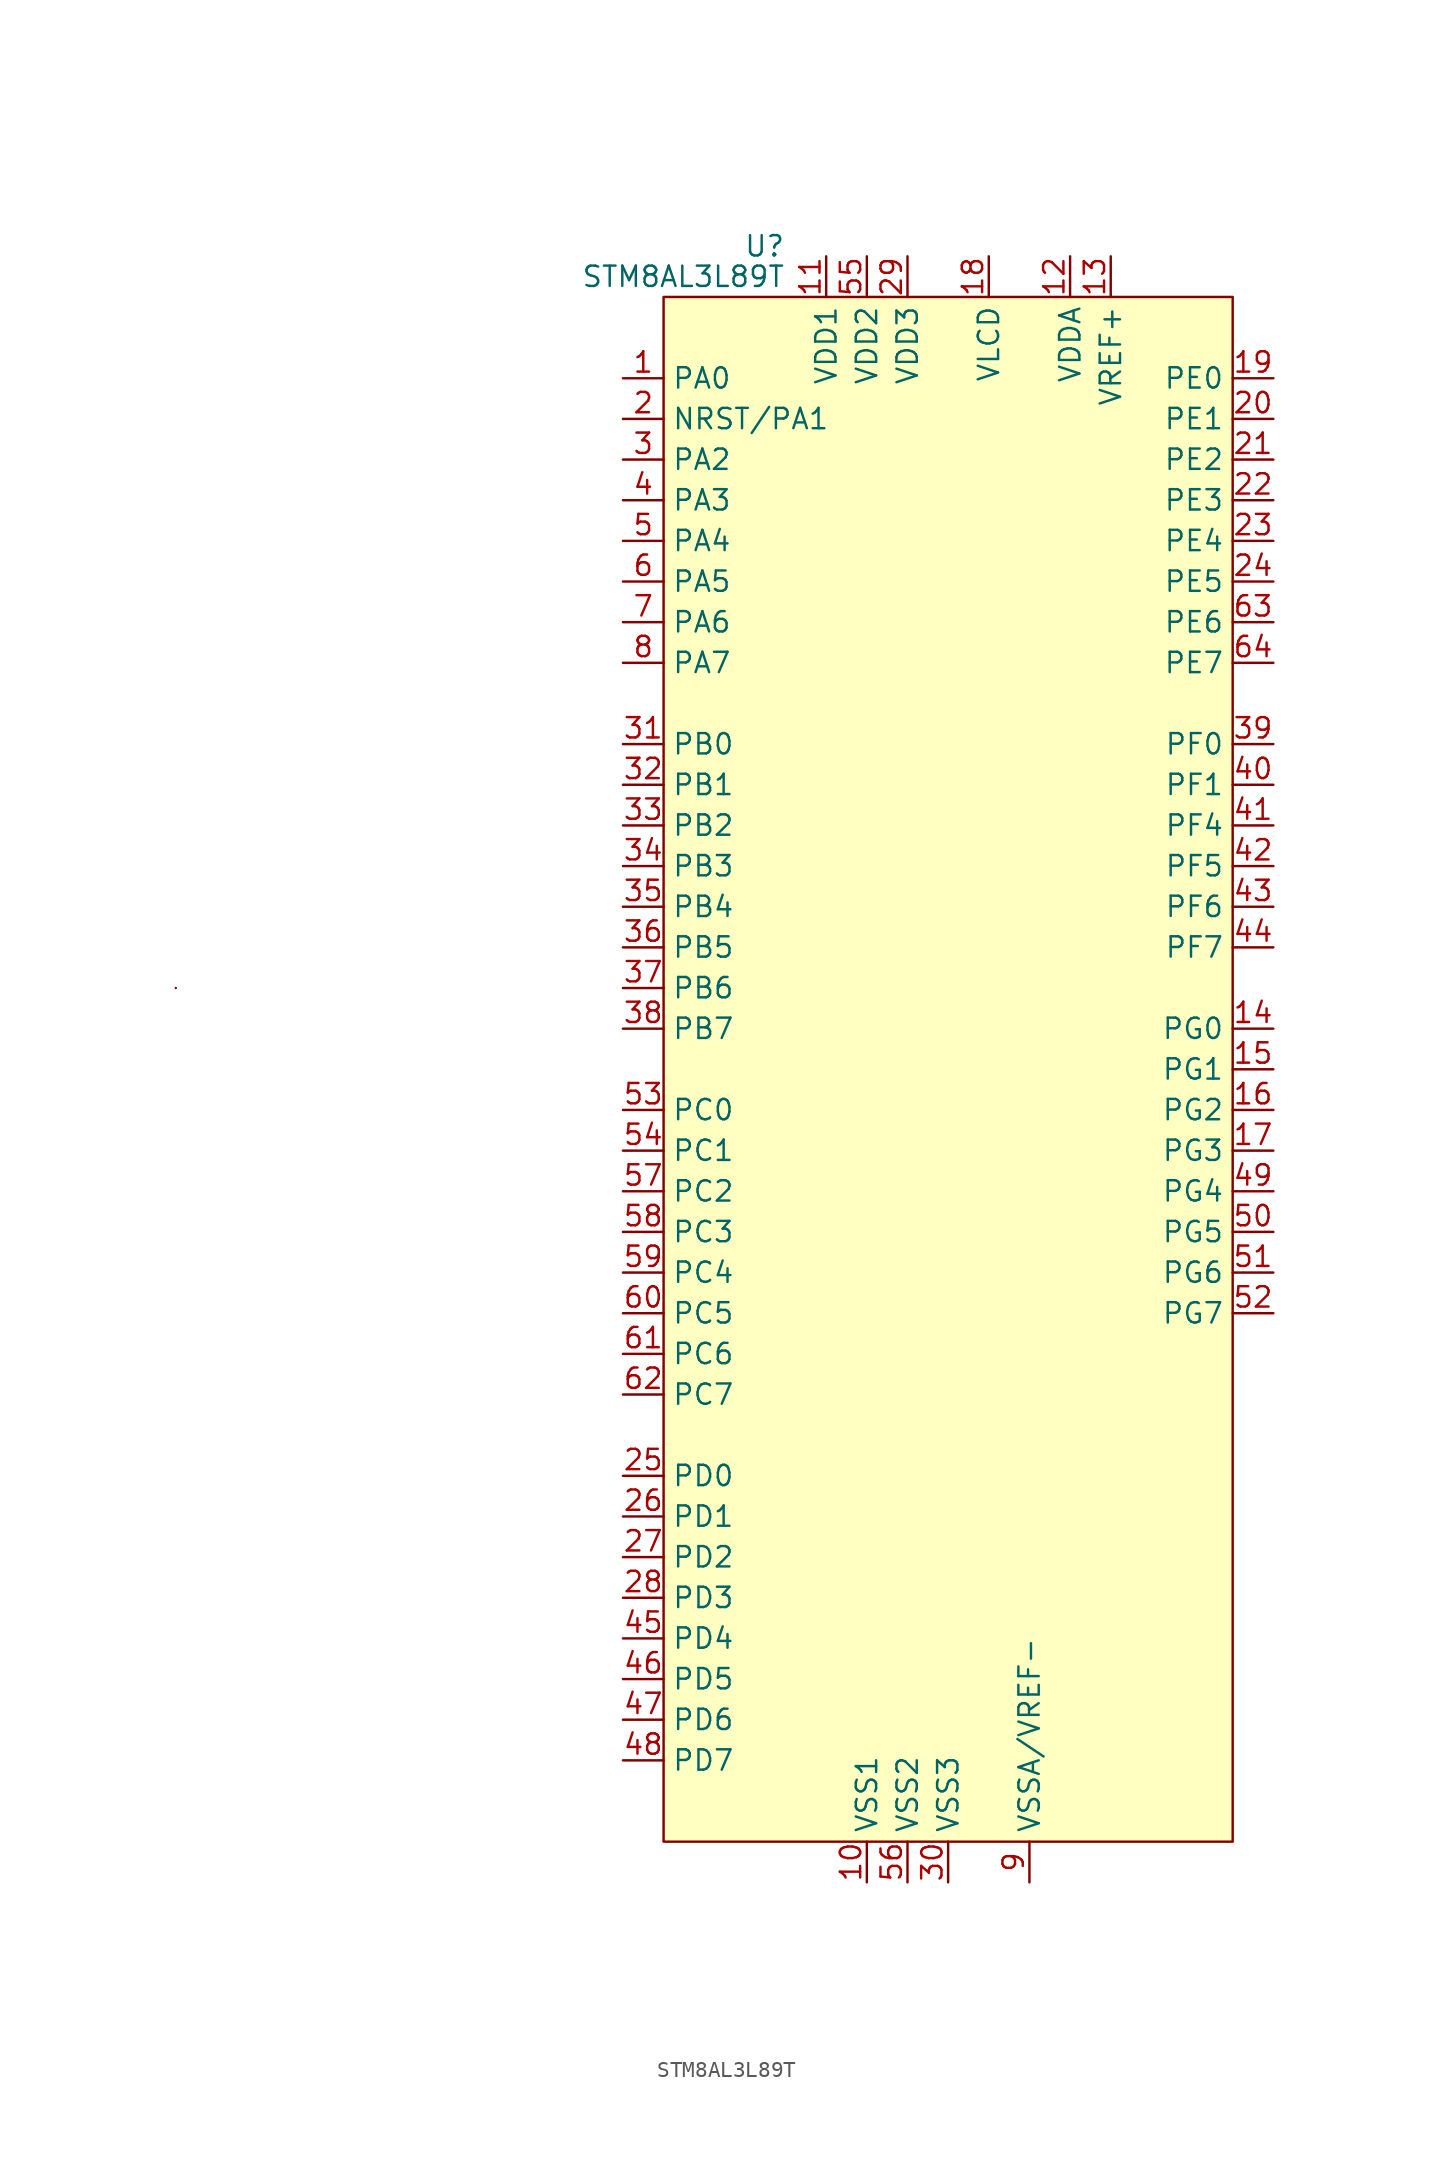
<source format=kicad_sym>
(kicad_symbol_lib
  (version 20231120)
  (generator "kicad_symbol_editor")
  (generator_version "8.0")
  (symbol "STM8AL3L89T"
    (property "Reference" "U"
      (at -10.16 51.435 0)
      (effects (font (size 1.27 1.27)) (justify right)))
    (property "Value" "STM8AL3L89T"
      (at -10.16 49.53 0)
      (effects (font (size 1.27 1.27)) (justify right)))
    (symbol "STM8AL3L89T_0_0"
      (pin bidirectional line (at -20.32 43.18 0) (length 2.54) (name "PA0" (effects (font (size 1.27 1.27)))) (number "1" (effects (font (size 1.27 1.27)))))
      (pin power_in line (at -5.08 -50.8 90) (length 2.54) (name "VSS1" (effects (font (size 1.27 1.27)))) (number "10" (effects (font (size 1.27 1.27)))))
      (pin power_in line (at -7.62 50.8 270) (length 2.54) (name "VDD1" (effects (font (size 1.27 1.27)))) (number "11" (effects (font (size 1.27 1.27)))))
      (pin power_in line (at 7.62 50.8 270) (length 2.54) (name "VDDA" (effects (font (size 1.27 1.27)))) (number "12" (effects (font (size 1.27 1.27)))))
      (pin power_in line (at 10.16 50.8 270) (length 2.54) (name "VREF+" (effects (font (size 1.27 1.27)))) (number "13" (effects (font (size 1.27 1.27)))))
      (pin bidirectional line (at 20.32 2.54 180) (length 2.54) (name "PG0" (effects (font (size 1.27 1.27)))) (number "14" (effects (font (size 1.27 1.27)))))
      (pin bidirectional line (at 20.32 0 180) (length 2.54) (name "PG1" (effects (font (size 1.27 1.27)))) (number "15" (effects (font (size 1.27 1.27)))))
      (pin bidirectional line (at 20.32 -2.54 180) (length 2.54) (name "PG2" (effects (font (size 1.27 1.27)))) (number "16" (effects (font (size 1.27 1.27)))))
      (pin bidirectional line (at 20.32 -5.08 180) (length 2.54) (name "PG3" (effects (font (size 1.27 1.27)))) (number "17" (effects (font (size 1.27 1.27)))))
      (pin power_in line (at 2.54 50.8 270) (length 2.54) (name "VLCD" (effects (font (size 1.27 1.27)))) (number "18" (effects (font (size 1.27 1.27)))))
      (pin bidirectional line (at 20.32 43.18 180) (length 2.54) (name "PE0" (effects (font (size 1.27 1.27)))) (number "19" (effects (font (size 1.27 1.27)))))
      (pin bidirectional line (at -20.32 40.64 0) (length 2.54) (name "NRST/PA1" (effects (font (size 1.27 1.27)))) (number "2" (effects (font (size 1.27 1.27)))))
      (pin bidirectional line (at 20.32 40.64 180) (length 2.54) (name "PE1" (effects (font (size 1.27 1.27)))) (number "20" (effects (font (size 1.27 1.27)))))
      (pin bidirectional line (at 20.32 38.1 180) (length 2.54) (name "PE2" (effects (font (size 1.27 1.27)))) (number "21" (effects (font (size 1.27 1.27)))))
      (pin bidirectional line (at 20.32 35.56 180) (length 2.54) (name "PE3" (effects (font (size 1.27 1.27)))) (number "22" (effects (font (size 1.27 1.27)))))
      (pin bidirectional line (at 20.32 33.02 180) (length 2.54) (name "PE4" (effects (font (size 1.27 1.27)))) (number "23" (effects (font (size 1.27 1.27)))))
      (pin bidirectional line (at 20.32 30.48 180) (length 2.54) (name "PE5" (effects (font (size 1.27 1.27)))) (number "24" (effects (font (size 1.27 1.27)))))
      (pin bidirectional line (at -20.32 -25.4 0) (length 2.54) (name "PD0" (effects (font (size 1.27 1.27)))) (number "25" (effects (font (size 1.27 1.27)))))
      (pin bidirectional line (at -20.32 -27.94 0) (length 2.54) (name "PD1" (effects (font (size 1.27 1.27)))) (number "26" (effects (font (size 1.27 1.27)))))
      (pin bidirectional line (at -20.32 -30.48 0) (length 2.54) (name "PD2" (effects (font (size 1.27 1.27)))) (number "27" (effects (font (size 1.27 1.27)))))
      (pin bidirectional line (at -20.32 -33.02 0) (length 2.54) (name "PD3" (effects (font (size 1.27 1.27)))) (number "28" (effects (font (size 1.27 1.27)))))
      (pin power_in line (at -2.54 50.8 270) (length 2.54) (name "VDD3" (effects (font (size 1.27 1.27)))) (number "29" (effects (font (size 1.27 1.27)))))
      (pin bidirectional line (at -20.32 38.1 0) (length 2.54) (name "PA2" (effects (font (size 1.27 1.27)))) (number "3" (effects (font (size 1.27 1.27)))))
      (pin power_in line (at 0 -50.8 90) (length 2.54) (name "VSS3" (effects (font (size 1.27 1.27)))) (number "30" (effects (font (size 1.27 1.27)))))
      (pin bidirectional line (at -20.32 20.32 0) (length 2.54) (name "PB0" (effects (font (size 1.27 1.27)))) (number "31" (effects (font (size 1.27 1.27)))))
      (pin bidirectional line (at -20.32 17.78 0) (length 2.54) (name "PB1" (effects (font (size 1.27 1.27)))) (number "32" (effects (font (size 1.27 1.27)))))
      (pin bidirectional line (at -20.32 15.24 0) (length 2.54) (name "PB2" (effects (font (size 1.27 1.27)))) (number "33" (effects (font (size 1.27 1.27)))))
      (pin bidirectional line (at -20.32 12.7 0) (length 2.54) (name "PB3" (effects (font (size 1.27 1.27)))) (number "34" (effects (font (size 1.27 1.27)))))
      (pin bidirectional line (at -20.32 10.16 0) (length 2.54) (name "PB4" (effects (font (size 1.27 1.27)))) (number "35" (effects (font (size 1.27 1.27)))))
      (pin bidirectional line (at -20.32 7.62 0) (length 2.54) (name "PB5" (effects (font (size 1.27 1.27)))) (number "36" (effects (font (size 1.27 1.27)))))
      (pin bidirectional line (at -20.32 5.08 0) (length 2.54) (name "PB6" (effects (font (size 1.27 1.27)))) (number "37" (effects (font (size 1.27 1.27)))))
      (pin bidirectional line (at -20.32 2.54 0) (length 2.54) (name "PB7" (effects (font (size 1.27 1.27)))) (number "38" (effects (font (size 1.27 1.27)))))
      (pin bidirectional line (at 20.32 20.32 180) (length 2.54) (name "PF0" (effects (font (size 1.27 1.27)))) (number "39" (effects (font (size 1.27 1.27)))))
      (pin bidirectional line (at -20.32 35.56 0) (length 2.54) (name "PA3" (effects (font (size 1.27 1.27)))) (number "4" (effects (font (size 1.27 1.27)))))
      (pin bidirectional line (at 20.32 17.78 180) (length 2.54) (name "PF1" (effects (font (size 1.27 1.27)))) (number "40" (effects (font (size 1.27 1.27)))))
      (pin bidirectional line (at 20.32 15.24 180) (length 2.54) (name "PF4" (effects (font (size 1.27 1.27)))) (number "41" (effects (font (size 1.27 1.27)))))
      (pin bidirectional line (at 20.32 12.7 180) (length 2.54) (name "PF5" (effects (font (size 1.27 1.27)))) (number "42" (effects (font (size 1.27 1.27)))))
      (pin bidirectional line (at 20.32 10.16 180) (length 2.54) (name "PF6" (effects (font (size 1.27 1.27)))) (number "43" (effects (font (size 1.27 1.27)))))
      (pin bidirectional line (at 20.32 7.62 180) (length 2.54) (name "PF7" (effects (font (size 1.27 1.27)))) (number "44" (effects (font (size 1.27 1.27)))))
      (pin bidirectional line (at -20.32 -35.56 0) (length 2.54) (name "PD4" (effects (font (size 1.27 1.27)))) (number "45" (effects (font (size 1.27 1.27)))))
      (pin bidirectional line (at -20.32 -38.1 0) (length 2.54) (name "PD5" (effects (font (size 1.27 1.27)))) (number "46" (effects (font (size 1.27 1.27)))))
      (pin bidirectional line (at -20.32 -40.64 0) (length 2.54) (name "PD6" (effects (font (size 1.27 1.27)))) (number "47" (effects (font (size 1.27 1.27)))))
      (pin bidirectional line (at -20.32 -43.18 0) (length 2.54) (name "PD7" (effects (font (size 1.27 1.27)))) (number "48" (effects (font (size 1.27 1.27)))))
      (pin bidirectional line (at 20.32 -7.62 180) (length 2.54) (name "PG4" (effects (font (size 1.27 1.27)))) (number "49" (effects (font (size 1.27 1.27)))))
      (pin bidirectional line (at -20.32 33.02 0) (length 2.54) (name "PA4" (effects (font (size 1.27 1.27)))) (number "5" (effects (font (size 1.27 1.27)))))
      (pin bidirectional line (at 20.32 -10.16 180) (length 2.54) (name "PG5" (effects (font (size 1.27 1.27)))) (number "50" (effects (font (size 1.27 1.27)))))
      (pin bidirectional line (at 20.32 -12.7 180) (length 2.54) (name "PG6" (effects (font (size 1.27 1.27)))) (number "51" (effects (font (size 1.27 1.27)))))
      (pin bidirectional line (at 20.32 -15.24 180) (length 2.54) (name "PG7" (effects (font (size 1.27 1.27)))) (number "52" (effects (font (size 1.27 1.27)))))
      (pin bidirectional line (at -20.32 -2.54 0) (length 2.54) (name "PC0" (effects (font (size 1.27 1.27)))) (number "53" (effects (font (size 1.27 1.27)))))
      (pin bidirectional line (at -20.32 -5.08 0) (length 2.54) (name "PC1" (effects (font (size 1.27 1.27)))) (number "54" (effects (font (size 1.27 1.27)))))
      (pin power_in line (at -5.08 50.8 270) (length 2.54) (name "VDD2" (effects (font (size 1.27 1.27)))) (number "55" (effects (font (size 1.27 1.27)))))
      (pin power_in line (at -2.54 -50.8 90) (length 2.54) (name "VSS2" (effects (font (size 1.27 1.27)))) (number "56" (effects (font (size 1.27 1.27)))))
      (pin bidirectional line (at -20.32 -7.62 0) (length 2.54) (name "PC2" (effects (font (size 1.27 1.27)))) (number "57" (effects (font (size 1.27 1.27)))))
      (pin bidirectional line (at -20.32 -10.16 0) (length 2.54) (name "PC3" (effects (font (size 1.27 1.27)))) (number "58" (effects (font (size 1.27 1.27)))))
      (pin bidirectional line (at -20.32 -12.7 0) (length 2.54) (name "PC4" (effects (font (size 1.27 1.27)))) (number "59" (effects (font (size 1.27 1.27)))))
      (pin bidirectional line (at -20.32 30.48 0) (length 2.54) (name "PA5" (effects (font (size 1.27 1.27)))) (number "6" (effects (font (size 1.27 1.27)))))
      (pin bidirectional line (at -20.32 -15.24 0) (length 2.54) (name "PC5" (effects (font (size 1.27 1.27)))) (number "60" (effects (font (size 1.27 1.27)))))
      (pin bidirectional line (at -20.32 -17.78 0) (length 2.54) (name "PC6" (effects (font (size 1.27 1.27)))) (number "61" (effects (font (size 1.27 1.27)))))
      (pin bidirectional line (at -20.32 -20.32 0) (length 2.54) (name "PC7" (effects (font (size 1.27 1.27)))) (number "62" (effects (font (size 1.27 1.27)))))
      (pin bidirectional line (at 20.32 27.94 180) (length 2.54) (name "PE6" (effects (font (size 1.27 1.27)))) (number "63" (effects (font (size 1.27 1.27)))))
      (pin bidirectional line (at 20.32 25.4 180) (length 2.54) (name "PE7" (effects (font (size 1.27 1.27)))) (number "64" (effects (font (size 1.27 1.27)))))
      (pin bidirectional line (at -20.32 27.94 0) (length 2.54) (name "PA6" (effects (font (size 1.27 1.27)))) (number "7" (effects (font (size 1.27 1.27)))))
      (pin bidirectional line (at -20.32 25.4 0) (length 2.54) (name "PA7" (effects (font (size 1.27 1.27)))) (number "8" (effects (font (size 1.27 1.27)))))
      (pin power_in line (at 5.08 -50.8 90) (length 2.54) (name "VSSA/VREF-" (effects (font (size 1.27 1.27)))) (number "9" (effects (font (size 1.27 1.27))))))
    (symbol "STM8AL3L89T_0_1"
      (rectangle (start -48.26 5.08) (end -48.26 5.08) (stroke (width 0.152) (type default)) (fill (type none)))
      (rectangle (start -17.78 48.26) (end 17.78 -48.26) (stroke (width 0) (type default)) (fill (type background))))))
</source>
